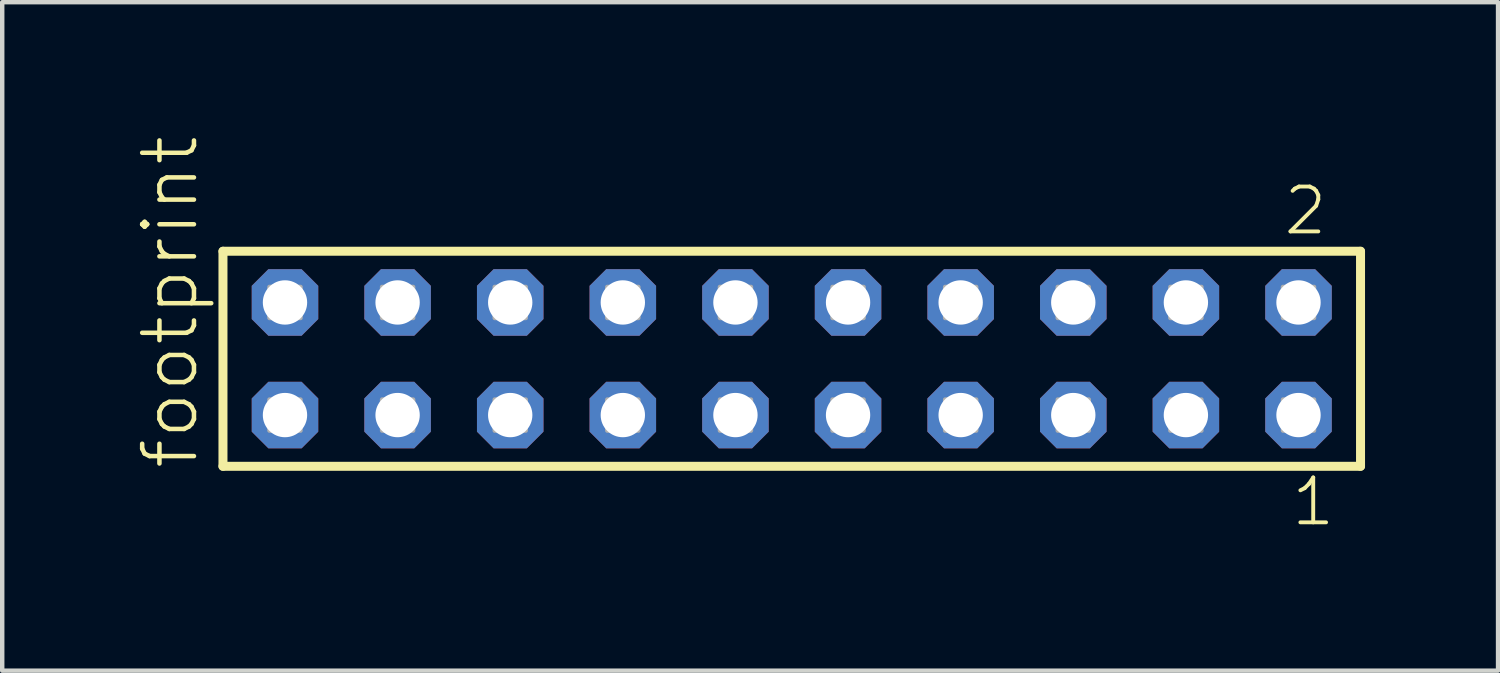
<source format=kicad_pcb>
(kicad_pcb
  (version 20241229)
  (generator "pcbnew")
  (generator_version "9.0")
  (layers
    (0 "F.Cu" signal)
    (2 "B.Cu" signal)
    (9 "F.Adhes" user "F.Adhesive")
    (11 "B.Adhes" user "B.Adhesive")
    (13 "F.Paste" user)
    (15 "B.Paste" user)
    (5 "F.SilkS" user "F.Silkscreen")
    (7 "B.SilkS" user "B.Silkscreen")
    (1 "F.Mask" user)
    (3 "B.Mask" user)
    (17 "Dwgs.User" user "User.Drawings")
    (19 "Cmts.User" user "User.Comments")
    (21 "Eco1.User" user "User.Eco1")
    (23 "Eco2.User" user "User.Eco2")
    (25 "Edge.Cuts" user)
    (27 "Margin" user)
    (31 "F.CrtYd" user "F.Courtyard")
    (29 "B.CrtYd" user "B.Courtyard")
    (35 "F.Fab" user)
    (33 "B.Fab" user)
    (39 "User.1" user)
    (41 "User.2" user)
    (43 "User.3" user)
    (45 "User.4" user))
  (footprint "footprint"
    (layer "F.Cu")
    (at 14.808 5.042)
    (property "Reference" "footprint" (at -13.335 2.54 90) (layer "F.SilkS") (effects (font (size 1.168 1.168) (thickness 0.102)) (justify left bottom)))
    (fp_line (start -12.829 -2.425) (end 12.829 -2.425) (stroke (width 0.203) (type solid)) (layer "F.SilkS"))
    (fp_line (start -12.829 2.425) (end -12.829 -2.425) (stroke (width 0.203) (type solid)) (layer "F.SilkS"))
    (fp_line (start 12.829 -2.425) (end 12.829 2.425) (stroke (width 0.203) (type solid)) (layer "F.SilkS"))
    (fp_line (start 12.829 2.425) (end -12.829 2.425) (stroke (width 0.203) (type solid)) (layer "F.SilkS"))
    (fp_poly (pts (xy -11.78 -0.92) (xy -11.08 -0.92) (xy -11.08 -1.62) (xy -11.78 -1.62)) (stroke (width 0.1) (type solid)) (fill no) (layer "F.Fab"))
    (fp_poly (pts (xy -11.78 1.62) (xy -11.08 1.62) (xy -11.08 0.92) (xy -11.78 0.92)) (stroke (width 0.1) (type solid)) (fill no) (layer "F.Fab"))
    (fp_poly (pts (xy -9.24 -0.92) (xy -8.54 -0.92) (xy -8.54 -1.62) (xy -9.24 -1.62)) (stroke (width 0.1) (type solid)) (fill no) (layer "F.Fab"))
    (fp_poly (pts (xy -9.24 1.62) (xy -8.54 1.62) (xy -8.54 0.92) (xy -9.24 0.92)) (stroke (width 0.1) (type solid)) (fill no) (layer "F.Fab"))
    (fp_poly (pts (xy -6.7 -0.92) (xy -6 -0.92) (xy -6 -1.62) (xy -6.7 -1.62)) (stroke (width 0.1) (type solid)) (fill no) (layer "F.Fab"))
    (fp_poly (pts (xy -6.7 1.62) (xy -6 1.62) (xy -6 0.92) (xy -6.7 0.92)) (stroke (width 0.1) (type solid)) (fill no) (layer "F.Fab"))
    (fp_poly (pts (xy -4.16 -0.92) (xy -3.46 -0.92) (xy -3.46 -1.62) (xy -4.16 -1.62)) (stroke (width 0.1) (type solid)) (fill no) (layer "F.Fab"))
    (fp_poly (pts (xy -4.16 1.62) (xy -3.46 1.62) (xy -3.46 0.92) (xy -4.16 0.92)) (stroke (width 0.1) (type solid)) (fill no) (layer "F.Fab"))
    (fp_poly (pts (xy -1.62 -0.92) (xy -0.92 -0.92) (xy -0.92 -1.62) (xy -1.62 -1.62)) (stroke (width 0.1) (type solid)) (fill no) (layer "F.Fab"))
    (fp_poly (pts (xy -1.62 1.62) (xy -0.92 1.62) (xy -0.92 0.92) (xy -1.62 0.92)) (stroke (width 0.1) (type solid)) (fill no) (layer "F.Fab"))
    (fp_poly (pts (xy 0.92 -0.92) (xy 1.62 -0.92) (xy 1.62 -1.62) (xy 0.92 -1.62)) (stroke (width 0.1) (type solid)) (fill no) (layer "F.Fab"))
    (fp_poly (pts (xy 0.92 1.62) (xy 1.62 1.62) (xy 1.62 0.92) (xy 0.92 0.92)) (stroke (width 0.1) (type solid)) (fill no) (layer "F.Fab"))
    (fp_poly (pts (xy 3.46 -0.92) (xy 4.16 -0.92) (xy 4.16 -1.62) (xy 3.46 -1.62)) (stroke (width 0.1) (type solid)) (fill no) (layer "F.Fab"))
    (fp_poly (pts (xy 3.46 1.62) (xy 4.16 1.62) (xy 4.16 0.92) (xy 3.46 0.92)) (stroke (width 0.1) (type solid)) (fill no) (layer "F.Fab"))
    (fp_poly (pts (xy 6 -0.92) (xy 6.7 -0.92) (xy 6.7 -1.62) (xy 6 -1.62)) (stroke (width 0.1) (type solid)) (fill no) (layer "F.Fab"))
    (fp_poly (pts (xy 6 1.62) (xy 6.7 1.62) (xy 6.7 0.92) (xy 6 0.92)) (stroke (width 0.1) (type solid)) (fill no) (layer "F.Fab"))
    (fp_poly (pts (xy 8.54 -0.92) (xy 9.24 -0.92) (xy 9.24 -1.62) (xy 8.54 -1.62)) (stroke (width 0.1) (type solid)) (fill no) (layer "F.Fab"))
    (fp_poly (pts (xy 8.54 1.62) (xy 9.24 1.62) (xy 9.24 0.92) (xy 8.54 0.92)) (stroke (width 0.1) (type solid)) (fill no) (layer "F.Fab"))
    (fp_poly (pts (xy 11.08 -0.92) (xy 11.78 -0.92) (xy 11.78 -1.62) (xy 11.08 -1.62)) (stroke (width 0.1) (type solid)) (fill no) (layer "F.Fab"))
    (fp_poly (pts (xy 11.08 1.62) (xy 11.78 1.62) (xy 11.78 0.92) (xy 11.08 0.92)) (stroke (width 0.1) (type solid)) (fill no) (layer "F.Fab"))
    (fp_text user "2" (at 11.047 -2.744 0) (layer "F.SilkS") (effects (font (size 1.012 1.012) (thickness 0.088)) (justify left bottom)))
    (fp_text user "1" (at 11.222 3.818 0) (layer "F.SilkS") (effects (font (size 1.012 1.012) (thickness 0.088)) (justify left bottom)))
    (pad "1" thru_hole roundrect (at 11.43 1.27 180) (size 1.5 1.5) (drill 1) (layers "*.Cu" "*.Mask") (roundrect_rratio 0.25) (chamfer_ratio 0.25) (chamfer top_left top_right bottom_left bottom_right))
    (pad "2" thru_hole roundrect (at 11.43 -1.27 180) (size 1.5 1.5) (drill 1) (layers "*.Cu" "*.Mask") (roundrect_rratio 0.25) (chamfer_ratio 0.25) (chamfer top_left top_right bottom_left bottom_right))
    (pad "3" thru_hole roundrect (at 8.89 1.27 180) (size 1.5 1.5) (drill 1) (layers "*.Cu" "*.Mask") (roundrect_rratio 0.25) (chamfer_ratio 0.25) (chamfer top_left top_right bottom_left bottom_right))
    (pad "4" thru_hole roundrect (at 8.89 -1.27 180) (size 1.5 1.5) (drill 1) (layers "*.Cu" "*.Mask") (roundrect_rratio 0.25) (chamfer_ratio 0.25) (chamfer top_left top_right bottom_left bottom_right))
    (pad "5" thru_hole roundrect (at 6.35 1.27 180) (size 1.5 1.5) (drill 1) (layers "*.Cu" "*.Mask") (roundrect_rratio 0.25) (chamfer_ratio 0.25) (chamfer top_left top_right bottom_left bottom_right))
    (pad "6" thru_hole roundrect (at 6.35 -1.27 180) (size 1.5 1.5) (drill 1) (layers "*.Cu" "*.Mask") (roundrect_rratio 0.25) (chamfer_ratio 0.25) (chamfer top_left top_right bottom_left bottom_right))
    (pad "7" thru_hole roundrect (at 3.81 1.27 180) (size 1.5 1.5) (drill 1) (layers "*.Cu" "*.Mask") (roundrect_rratio 0.25) (chamfer_ratio 0.25) (chamfer top_left top_right bottom_left bottom_right))
    (pad "8" thru_hole roundrect (at 3.81 -1.27 180) (size 1.5 1.5) (drill 1) (layers "*.Cu" "*.Mask") (roundrect_rratio 0.25) (chamfer_ratio 0.25) (chamfer top_left top_right bottom_left bottom_right))
    (pad "9" thru_hole roundrect (at 1.27 1.27 180) (size 1.5 1.5) (drill 1) (layers "*.Cu" "*.Mask") (roundrect_rratio 0.25) (chamfer_ratio 0.25) (chamfer top_left top_right bottom_left bottom_right))
    (pad "10" thru_hole roundrect (at 1.27 -1.27 180) (size 1.5 1.5) (drill 1) (layers "*.Cu" "*.Mask") (roundrect_rratio 0.25) (chamfer_ratio 0.25) (chamfer top_left top_right bottom_left bottom_right))
    (pad "11" thru_hole roundrect (at -1.27 1.27 180) (size 1.5 1.5) (drill 1) (layers "*.Cu" "*.Mask") (roundrect_rratio 0.25) (chamfer_ratio 0.25) (chamfer top_left top_right bottom_left bottom_right))
    (pad "12" thru_hole roundrect (at -1.27 -1.27 180) (size 1.5 1.5) (drill 1) (layers "*.Cu" "*.Mask") (roundrect_rratio 0.25) (chamfer_ratio 0.25) (chamfer top_left top_right bottom_left bottom_right))
    (pad "13" thru_hole roundrect (at -3.81 1.27 180) (size 1.5 1.5) (drill 1) (layers "*.Cu" "*.Mask") (roundrect_rratio 0.25) (chamfer_ratio 0.25) (chamfer top_left top_right bottom_left bottom_right))
    (pad "14" thru_hole roundrect (at -3.81 -1.27 180) (size 1.5 1.5) (drill 1) (layers "*.Cu" "*.Mask") (roundrect_rratio 0.25) (chamfer_ratio 0.25) (chamfer top_left top_right bottom_left bottom_right))
    (pad "15" thru_hole roundrect (at -6.35 1.27 180) (size 1.5 1.5) (drill 1) (layers "*.Cu" "*.Mask") (roundrect_rratio 0.25) (chamfer_ratio 0.25) (chamfer top_left top_right bottom_left bottom_right))
    (pad "16" thru_hole roundrect (at -6.35 -1.27 180) (size 1.5 1.5) (drill 1) (layers "*.Cu" "*.Mask") (roundrect_rratio 0.25) (chamfer_ratio 0.25) (chamfer top_left top_right bottom_left bottom_right))
    (pad "17" thru_hole roundrect (at -8.89 1.27 180) (size 1.5 1.5) (drill 1) (layers "*.Cu" "*.Mask") (roundrect_rratio 0.25) (chamfer_ratio 0.25) (chamfer top_left top_right bottom_left bottom_right))
    (pad "18" thru_hole roundrect (at -8.89 -1.27 180) (size 1.5 1.5) (drill 1) (layers "*.Cu" "*.Mask") (roundrect_rratio 0.25) (chamfer_ratio 0.25) (chamfer top_left top_right bottom_left bottom_right))
    (pad "19" thru_hole roundrect (at -11.43 1.27 180) (size 1.5 1.5) (drill 1) (layers "*.Cu" "*.Mask") (roundrect_rratio 0.25) (chamfer_ratio 0.25) (chamfer top_left top_right bottom_left bottom_right))
    (pad "20" thru_hole roundrect (at -11.43 -1.27 180) (size 1.5 1.5) (drill 1) (layers "*.Cu" "*.Mask") (roundrect_rratio 0.25) (chamfer_ratio 0.25) (chamfer top_left top_right bottom_left bottom_right)))
  (gr_rect
    (start -3 -3)
    (end 30.739 12.077)
    (stroke (width 0.1) (type default))
    (fill no)
    (layer "Edge.Cuts")))
</source>
